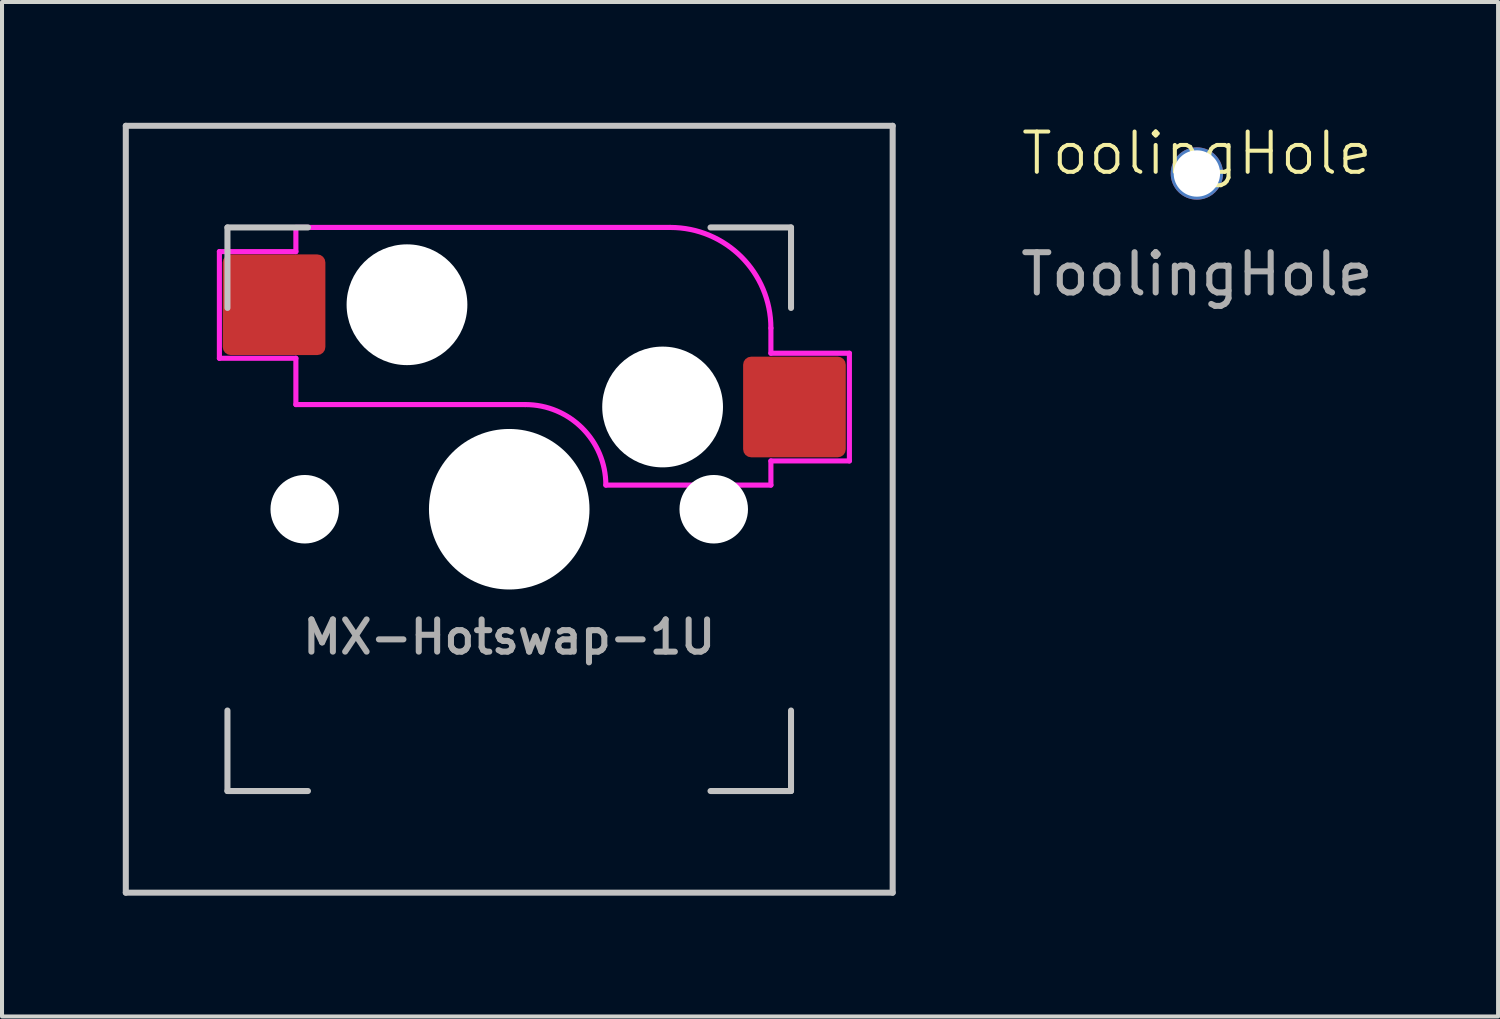
<source format=kicad_pcb>
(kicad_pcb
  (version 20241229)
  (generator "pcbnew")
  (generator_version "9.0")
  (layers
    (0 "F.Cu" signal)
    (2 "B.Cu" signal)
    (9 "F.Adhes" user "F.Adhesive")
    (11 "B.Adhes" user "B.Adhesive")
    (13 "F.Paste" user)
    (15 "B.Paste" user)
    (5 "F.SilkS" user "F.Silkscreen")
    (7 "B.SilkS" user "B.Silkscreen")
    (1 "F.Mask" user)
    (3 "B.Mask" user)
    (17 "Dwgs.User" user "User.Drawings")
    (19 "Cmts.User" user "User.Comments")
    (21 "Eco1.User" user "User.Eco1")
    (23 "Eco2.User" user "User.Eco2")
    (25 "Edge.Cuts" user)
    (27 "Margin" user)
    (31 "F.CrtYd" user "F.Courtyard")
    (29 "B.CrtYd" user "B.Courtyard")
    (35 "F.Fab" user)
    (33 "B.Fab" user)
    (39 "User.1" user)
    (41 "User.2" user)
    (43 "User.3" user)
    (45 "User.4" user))
  (footprint "ToolingHole"
    (layer "F.Cu")
    (at 26.682 1.26)
    (property "Reference" "ToolingHole" (at 0 -0.5 0) (unlocked yes) (layer "F.SilkS") (effects (font (size 1 1) (thickness 0.1))))
    (attr smd)
    (fp_text user "${REFERENCE}" (at 0 2.5 0) (unlocked yes) (layer "F.Fab") (effects (font (size 1 1) (thickness 0.15))))
    (pad "" np_thru_hole circle (at 0 0) (size 1.3 1.3) (drill 1.152) (layers "*.Cu" "*.Mask")))
  (footprint "MX-Hotswap-1U"
    (layer "F.Cu")
    (at 9.6 9.6)
    (property "Reference" "MX-Hotswap-1U" (at 0 3.175 0) (layer "F.Fab") (effects (font (size 0.8 0.8) (thickness 0.15))))
    (attr smd)
    (fp_line (start -9.525 -9.525) (end 9.525 -9.525) (stroke (width 0.15) (type solid)) (layer "Dwgs.User"))
    (fp_line (start -9.525 9.525) (end -9.525 -9.525) (stroke (width 0.15) (type solid)) (layer "Dwgs.User"))
    (fp_line (start -9.525 9.525) (end 9.525 9.525) (stroke (width 0.15) (type solid)) (layer "Dwgs.User"))
    (fp_line (start -7 -7) (end -7 -5) (stroke (width 0.15) (type solid)) (layer "Dwgs.User"))
    (fp_line (start -7 7) (end -7 5) (stroke (width 0.15) (type solid)) (layer "Dwgs.User"))
    (fp_line (start -5 -7) (end -7 -7) (stroke (width 0.15) (type solid)) (layer "Dwgs.User"))
    (fp_line (start -5 7) (end -7 7) (stroke (width 0.15) (type solid)) (layer "Dwgs.User"))
    (fp_line (start 5 -7) (end 7 -7) (stroke (width 0.15) (type solid)) (layer "Dwgs.User"))
    (fp_line (start 7 -7) (end 7 -5) (stroke (width 0.15) (type solid)) (layer "Dwgs.User"))
    (fp_line (start 7 5) (end 7 7) (stroke (width 0.15) (type solid)) (layer "Dwgs.User"))
    (fp_line (start 7 7) (end 5 7) (stroke (width 0.15) (type solid)) (layer "Dwgs.User"))
    (fp_line (start 9.525 9.525) (end 9.525 -9.525) (stroke (width 0.15) (type solid)) (layer "Dwgs.User"))
    (fp_line (start -7.2 -6.4) (end -7.2 -3.75) (stroke (width 0.127) (type solid)) (layer "F.CrtYd"))
    (fp_line (start -7.2 -3.75) (end -5.3 -3.75) (stroke (width 0.127) (type solid)) (layer "F.CrtYd"))
    (fp_line (start -5.3 -7) (end -5.3 -6.4) (stroke (width 0.127) (type solid)) (layer "F.CrtYd"))
    (fp_line (start -5.3 -7) (end 4 -7) (stroke (width 0.127) (type solid)) (layer "F.CrtYd"))
    (fp_line (start -5.3 -6.4) (end -7.2 -6.4) (stroke (width 0.127) (type solid)) (layer "F.CrtYd"))
    (fp_line (start -5.3 -2.6) (end -5.3 -3.75) (stroke (width 0.127) (type solid)) (layer "F.CrtYd"))
    (fp_line (start 0.4 -2.6) (end -5.3 -2.6) (stroke (width 0.127) (type solid)) (layer "F.CrtYd"))
    (fp_line (start 6.5 -4.5) (end 6.5 -3.875) (stroke (width 0.127) (type solid)) (layer "F.CrtYd"))
    (fp_line (start 6.5 -3.875) (end 8.45 -3.875) (stroke (width 0.127) (type solid)) (layer "F.CrtYd"))
    (fp_line (start 6.5 -0.6) (end 2.4 -0.6) (stroke (width 0.127) (type solid)) (layer "F.CrtYd"))
    (fp_line (start 6.5 -0.6) (end 6.5 -1.2) (stroke (width 0.127) (type solid)) (layer "F.CrtYd"))
    (fp_line (start 8.45 -3.875) (end 8.45 -1.2) (stroke (width 0.127) (type solid)) (layer "F.CrtYd"))
    (fp_line (start 8.45 -1.2) (end 6.5 -1.2) (stroke (width 0.127) (type solid)) (layer "F.CrtYd"))
    (fp_arc (start 0.4 -2.6) (mid 1.814214 -2.014214) (end 2.4 -0.6) (stroke (width 0.127) (type solid)) (layer "F.CrtYd"))
    (fp_arc (start 4 -7) (mid 5.767767 -6.267767) (end 6.5 -4.5) (stroke (width 0.127) (type solid)) (layer "F.CrtYd"))
    (pad "" np_thru_hole circle (at -5.08 0 311.901) (size 1.702 1.702) (drill 1.702) (layers "*.Cu" "*.Mask"))
    (pad "" np_thru_hole circle (at -2.54 -5.08) (size 3 3) (drill 3) (layers "*.Cu" "*.Mask"))
    (pad "" np_thru_hole circle (at 0 0) (size 3.988 3.988) (drill 3.988) (layers "*.Cu" "*.Mask"))
    (pad "" np_thru_hole circle (at 3.81 -2.54) (size 3 3) (drill 3) (layers "*.Cu" "*.Mask"))
    (pad "" np_thru_hole circle (at 5.08 0 311.901) (size 1.702 1.702) (drill 1.702) (layers "*.Cu" "*.Mask"))
    (pad "1" smd roundrect (at 7.085 -2.54) (size 2.55 2.5) (layers "F.Cu" "F.Mask" "F.Paste") (roundrect_rratio 0.08))
    (pad "2" smd roundrect (at -5.842 -5.08) (size 2.55 2.5) (layers "F.Cu" "F.Mask" "F.Paste") (roundrect_rratio 0.08)))
  (gr_rect
    (start -3 -3)
    (end 34.164 22.2)
    (stroke (width 0.1) (type default))
    (fill no)
    (layer "Edge.Cuts")))
</source>
